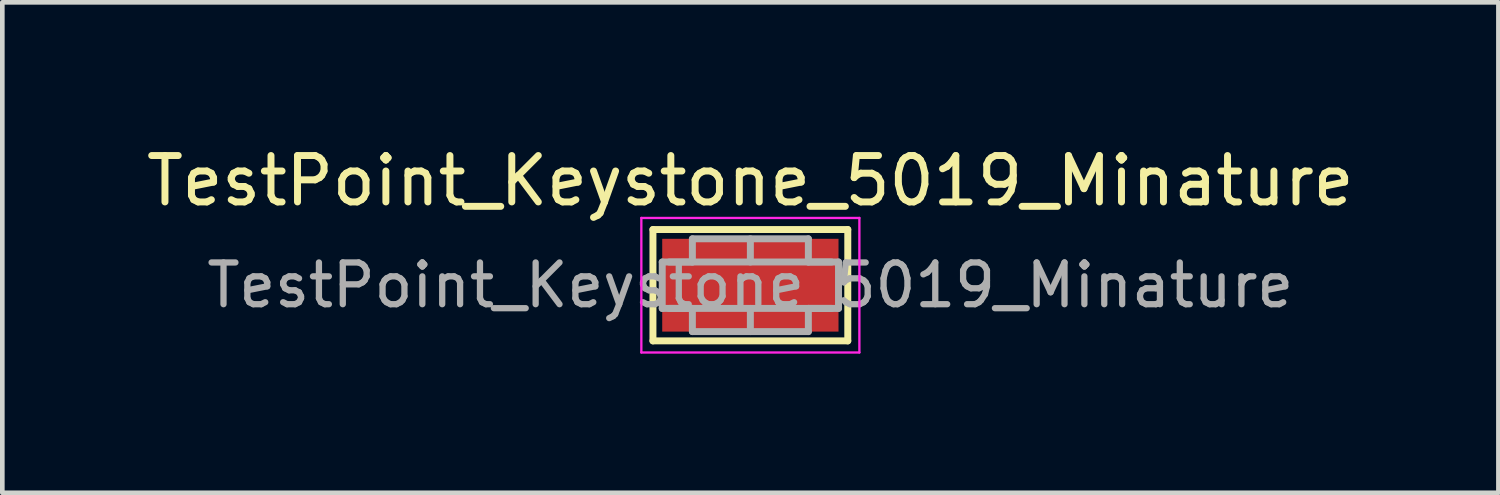
<source format=kicad_pcb>
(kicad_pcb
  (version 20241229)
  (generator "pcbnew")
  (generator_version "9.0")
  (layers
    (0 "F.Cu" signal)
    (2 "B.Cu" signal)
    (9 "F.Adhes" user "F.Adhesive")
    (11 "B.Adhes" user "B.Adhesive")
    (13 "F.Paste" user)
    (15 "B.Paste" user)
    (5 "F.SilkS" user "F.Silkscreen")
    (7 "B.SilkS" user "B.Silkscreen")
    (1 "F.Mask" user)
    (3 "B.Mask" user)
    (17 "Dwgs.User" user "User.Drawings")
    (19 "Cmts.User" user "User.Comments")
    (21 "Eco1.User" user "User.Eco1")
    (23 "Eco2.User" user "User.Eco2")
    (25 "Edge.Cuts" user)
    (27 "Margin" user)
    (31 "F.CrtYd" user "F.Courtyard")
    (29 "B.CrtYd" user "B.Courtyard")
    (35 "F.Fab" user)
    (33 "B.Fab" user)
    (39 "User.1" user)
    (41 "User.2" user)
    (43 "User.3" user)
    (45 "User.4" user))
  (footprint "TestPoint_Keystone_5019_Minature"
    (layer "F.Cu")
    (at 13.125 3.098)
    (property "Reference" "TestPoint_Keystone_5019_Minature" (at 0 -2.25 0) (layer "F.SilkS") (effects (font (size 1 1) (thickness 0.15))))
    (attr smd)
    (fp_line (start -2.1 -1.2) (end 2.1 -1.2) (stroke (width 0.15) (type solid)) (layer "F.SilkS"))
    (fp_line (start -2.1 1.2) (end -2.1 -1.2) (stroke (width 0.15) (type solid)) (layer "F.SilkS"))
    (fp_line (start 2.1 -1.2) (end 2.1 1.2) (stroke (width 0.15) (type solid)) (layer "F.SilkS"))
    (fp_line (start 2.1 1.2) (end -2.1 1.2) (stroke (width 0.15) (type solid)) (layer "F.SilkS"))
    (fp_line (start -2.35 -1.45) (end 2.35 -1.45) (stroke (width 0.05) (type solid)) (layer "F.CrtYd"))
    (fp_line (start -2.35 1.45) (end -2.35 -1.45) (stroke (width 0.05) (type solid)) (layer "F.CrtYd"))
    (fp_line (start 2.35 -1.45) (end 2.35 1.45) (stroke (width 0.05) (type solid)) (layer "F.CrtYd"))
    (fp_line (start 2.35 1.45) (end -2.35 1.45) (stroke (width 0.05) (type solid)) (layer "F.CrtYd"))
    (fp_line (start -1.9 -0.5) (end -1.9 0.5) (stroke (width 0.15) (type solid)) (layer "F.Fab"))
    (fp_line (start -1.9 -0.5) (end 1.9 -0.5) (stroke (width 0.15) (type solid)) (layer "F.Fab"))
    (fp_line (start -1.75 0.5) (end -1.25 0.5) (stroke (width 0.15) (type solid)) (layer "F.Fab"))
    (fp_line (start -1.25 -1) (end -1.25 -0.5) (stroke (width 0.15) (type solid)) (layer "F.Fab"))
    (fp_line (start -1.25 -0.5) (end -1.75 -0.5) (stroke (width 0.15) (type solid)) (layer "F.Fab"))
    (fp_line (start -1.25 0.5) (end -1.25 1) (stroke (width 0.15) (type solid)) (layer "F.Fab"))
    (fp_line (start -1.25 1) (end 1.25 1) (stroke (width 0.15) (type solid)) (layer "F.Fab"))
    (fp_line (start 0 -1) (end 0 -0.5) (stroke (width 0.15) (type solid)) (layer "F.Fab"))
    (fp_line (start 0 0.5) (end 0 1) (stroke (width 0.15) (type solid)) (layer "F.Fab"))
    (fp_line (start 1.25 -1) (end -1.25 -1) (stroke (width 0.15) (type solid)) (layer "F.Fab"))
    (fp_line (start 1.25 -0.5) (end 1.25 -1) (stroke (width 0.15) (type solid)) (layer "F.Fab"))
    (fp_line (start 1.25 0.5) (end 1.75 0.5) (stroke (width 0.15) (type solid)) (layer "F.Fab"))
    (fp_line (start 1.25 1) (end 1.25 0.5) (stroke (width 0.15) (type solid)) (layer "F.Fab"))
    (fp_line (start 1.75 -0.5) (end 1.25 -0.5) (stroke (width 0.15) (type solid)) (layer "F.Fab"))
    (fp_line (start 1.9 0.5) (end -1.9 0.5) (stroke (width 0.15) (type solid)) (layer "F.Fab"))
    (fp_line (start 1.9 0.5) (end 1.9 -0.5) (stroke (width 0.15) (type solid)) (layer "F.Fab"))
    (fp_text user "${REFERENCE}" (at 0 0 0) (layer "F.Fab") (effects (font (size 0.9 0.9) (thickness 0.135))))
    (pad "1" smd rect (at 0 0) (size 3.8 2) (layers "F.Cu" "F.Mask" "F.Paste")))
  (gr_rect
    (start -3 -3)
    (end 29.25 7.573)
    (stroke (width 0.1) (type default))
    (fill no)
    (layer "Edge.Cuts")))
</source>
